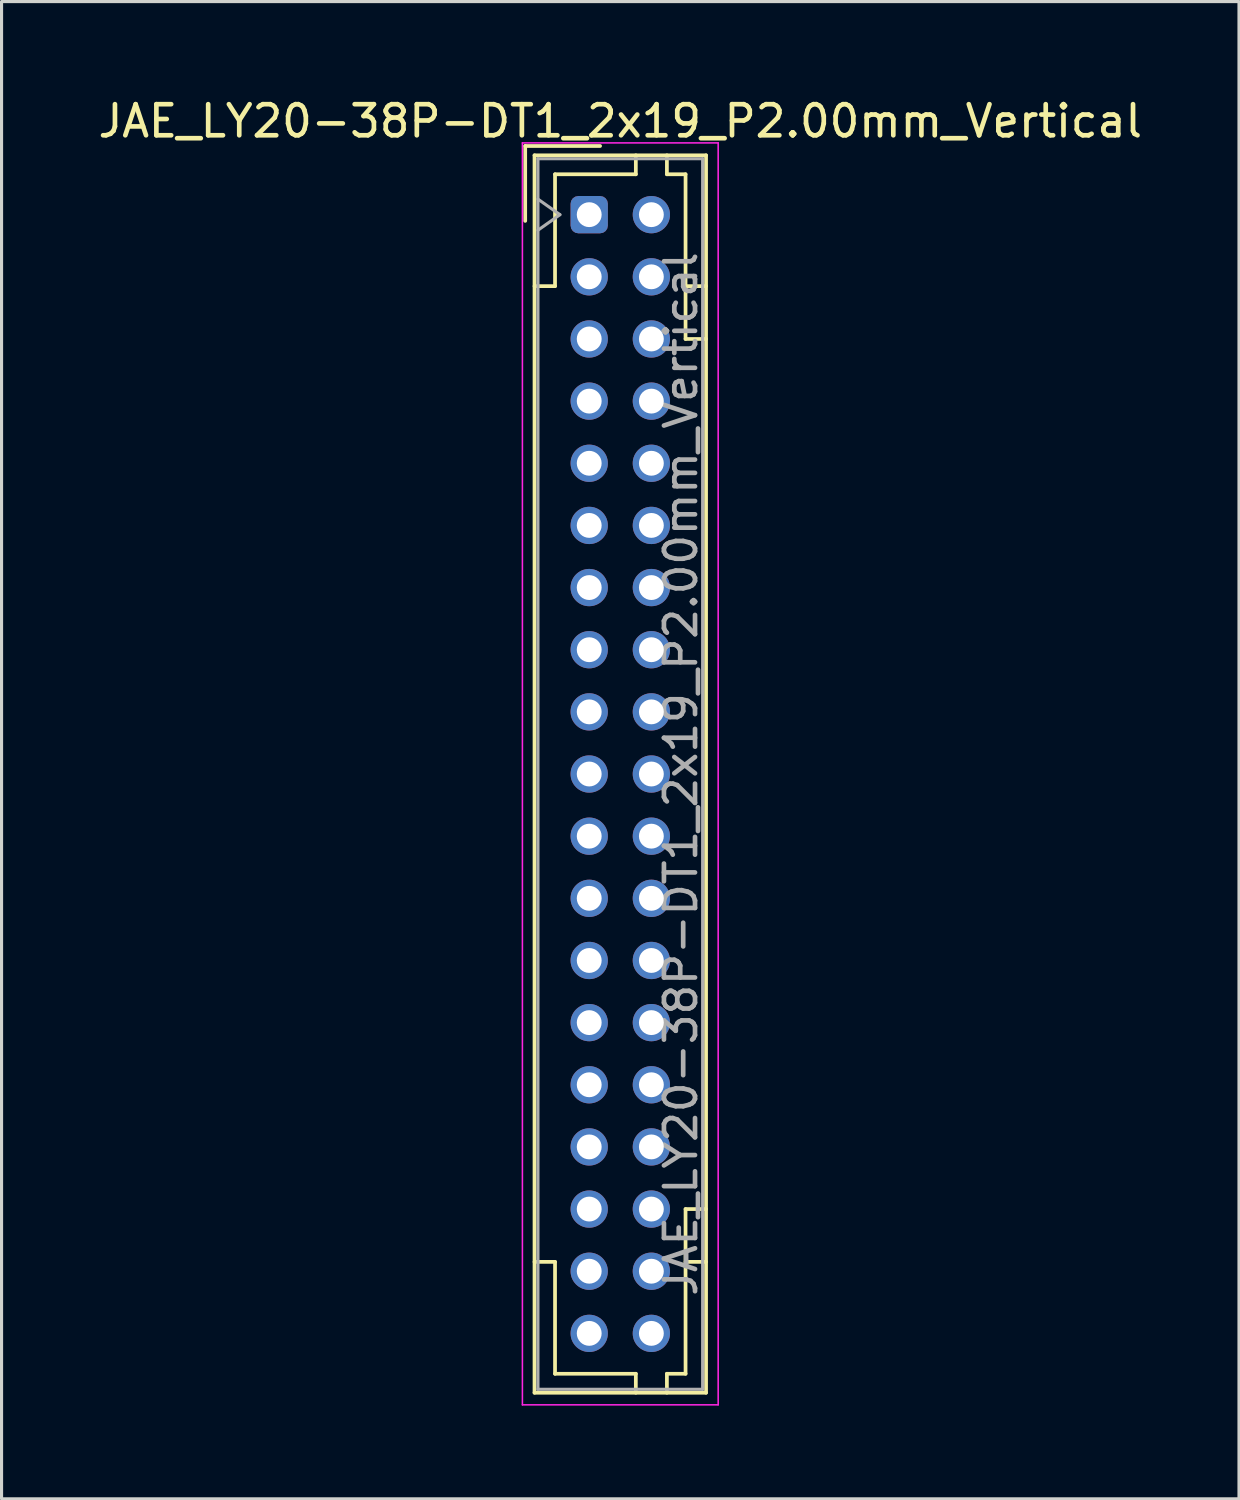
<source format=kicad_pcb>
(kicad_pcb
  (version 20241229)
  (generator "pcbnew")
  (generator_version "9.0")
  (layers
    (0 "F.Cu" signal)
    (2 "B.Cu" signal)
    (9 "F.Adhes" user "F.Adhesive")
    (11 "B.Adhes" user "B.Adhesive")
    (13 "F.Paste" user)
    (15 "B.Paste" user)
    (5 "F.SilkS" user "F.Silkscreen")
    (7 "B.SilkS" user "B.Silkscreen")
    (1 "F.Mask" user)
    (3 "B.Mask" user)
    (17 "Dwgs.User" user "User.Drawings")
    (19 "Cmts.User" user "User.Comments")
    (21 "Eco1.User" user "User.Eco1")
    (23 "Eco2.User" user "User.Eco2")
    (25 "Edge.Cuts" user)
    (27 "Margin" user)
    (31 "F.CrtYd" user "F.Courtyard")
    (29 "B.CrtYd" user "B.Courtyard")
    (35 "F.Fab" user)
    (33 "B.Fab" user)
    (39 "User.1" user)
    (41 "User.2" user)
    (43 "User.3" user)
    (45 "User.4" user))
  (footprint "JAE_LY20-38P-DT1_2x19_P2.00mm_Vertical"
    (layer "F.Cu")
    (at 15.911 3.858)
    (property "Reference" "JAE_LY20-38P-DT1_2x19_P2.00mm_Vertical" (at 1 -3.01 0) (layer "F.SilkS") (effects (font (size 1 1) (thickness 0.15))))
    (attr through_hole)
    (fp_line (start -2.06 -2.21) (end -2.06 0.2) (stroke (width 0.12) (type solid)) (layer "F.SilkS"))
    (fp_line (start -1.76 -1.91) (end -1.76 37.91) (stroke (width 0.12) (type solid)) (layer "F.SilkS"))
    (fp_line (start -1.76 37.91) (end 3.76 37.91) (stroke (width 0.12) (type solid)) (layer "F.SilkS"))
    (fp_line (start -1.1 -1.3) (end -1.1 2.3) (stroke (width 0.12) (type solid)) (layer "F.SilkS"))
    (fp_line (start -1.1 2.3) (end -1.76 2.3) (stroke (width 0.12) (type solid)) (layer "F.SilkS"))
    (fp_line (start -1.1 33.7) (end -1.76 33.7) (stroke (width 0.12) (type solid)) (layer "F.SilkS"))
    (fp_line (start -1.1 37.3) (end -1.1 33.7) (stroke (width 0.12) (type solid)) (layer "F.SilkS"))
    (fp_line (start 0.35 -2.21) (end -2.06 -2.21) (stroke (width 0.12) (type solid)) (layer "F.SilkS"))
    (fp_line (start 1.5 -1.91) (end 1.5 -1.3) (stroke (width 0.12) (type solid)) (layer "F.SilkS"))
    (fp_line (start 1.5 -1.3) (end -1.1 -1.3) (stroke (width 0.12) (type solid)) (layer "F.SilkS"))
    (fp_line (start 1.5 37.3) (end -1.1 37.3) (stroke (width 0.12) (type solid)) (layer "F.SilkS"))
    (fp_line (start 1.5 37.91) (end 1.5 37.3) (stroke (width 0.12) (type solid)) (layer "F.SilkS"))
    (fp_line (start 2.5 -1.91) (end 2.5 -1.3) (stroke (width 0.12) (type solid)) (layer "F.SilkS"))
    (fp_line (start 2.5 -1.3) (end 3.1 -1.3) (stroke (width 0.12) (type solid)) (layer "F.SilkS"))
    (fp_line (start 2.5 37.3) (end 3.1 37.3) (stroke (width 0.12) (type solid)) (layer "F.SilkS"))
    (fp_line (start 2.5 37.91) (end 2.5 37.3) (stroke (width 0.12) (type solid)) (layer "F.SilkS"))
    (fp_line (start 3.1 -1.3) (end 3.1 4) (stroke (width 0.12) (type solid)) (layer "F.SilkS"))
    (fp_line (start 3.1 4) (end 3.76 4) (stroke (width 0.12) (type solid)) (layer "F.SilkS"))
    (fp_line (start 3.1 32) (end 3.76 32) (stroke (width 0.12) (type solid)) (layer "F.SilkS"))
    (fp_line (start 3.1 37.3) (end 3.1 32) (stroke (width 0.12) (type solid)) (layer "F.SilkS"))
    (fp_line (start 3.76 -1.91) (end -1.76 -1.91) (stroke (width 0.12) (type solid)) (layer "F.SilkS"))
    (fp_line (start 3.76 2.3) (end 3.1 2.3) (stroke (width 0.12) (type solid)) (layer "F.SilkS"))
    (fp_line (start 3.76 33.7) (end 3.1 33.7) (stroke (width 0.12) (type solid)) (layer "F.SilkS"))
    (fp_line (start 3.76 37.91) (end 3.76 -1.91) (stroke (width 0.12) (type solid)) (layer "F.SilkS"))
    (fp_line (start -2.15 -2.31) (end -2.15 38.3) (stroke (width 0.05) (type solid)) (layer "F.CrtYd"))
    (fp_line (start -2.15 38.3) (end 4.15 38.3) (stroke (width 0.05) (type solid)) (layer "F.CrtYd"))
    (fp_line (start 4.15 -2.31) (end -2.15 -2.31) (stroke (width 0.05) (type solid)) (layer "F.CrtYd"))
    (fp_line (start 4.15 38.3) (end 4.15 -2.31) (stroke (width 0.05) (type solid)) (layer "F.CrtYd"))
    (fp_line (start -1.65 -1.8) (end -1.65 37.8) (stroke (width 0.1) (type solid)) (layer "F.Fab"))
    (fp_line (start -1.65 0.5) (end -0.943 0) (stroke (width 0.1) (type solid)) (layer "F.Fab"))
    (fp_line (start -1.65 37.8) (end 3.65 37.8) (stroke (width 0.1) (type solid)) (layer "F.Fab"))
    (fp_line (start -0.943 0) (end -1.65 -0.5) (stroke (width 0.1) (type solid)) (layer "F.Fab"))
    (fp_line (start 3.65 -1.8) (end -1.65 -1.8) (stroke (width 0.1) (type solid)) (layer "F.Fab"))
    (fp_line (start 3.65 37.8) (end 3.65 -1.8) (stroke (width 0.1) (type solid)) (layer "F.Fab"))
    (fp_text user "${REFERENCE}" (at 2.95 18 90) (layer "F.Fab") (effects (font (size 1 1) (thickness 0.15))))
    (pad "a1" thru_hole roundrect (at 0 0) (size 1.2 1.2) (drill 0.8) (layers "*.Cu" "*.Mask") (roundrect_rratio 0.208))
    (pad "a2" thru_hole circle (at 0 2) (size 1.2 1.2) (drill 0.8) (layers "*.Cu" "*.Mask"))
    (pad "a3" thru_hole circle (at 0 4) (size 1.2 1.2) (drill 0.8) (layers "*.Cu" "*.Mask"))
    (pad "a4" thru_hole circle (at 0 6) (size 1.2 1.2) (drill 0.8) (layers "*.Cu" "*.Mask"))
    (pad "a5" thru_hole circle (at 0 8) (size 1.2 1.2) (drill 0.8) (layers "*.Cu" "*.Mask"))
    (pad "a6" thru_hole circle (at 0 10) (size 1.2 1.2) (drill 0.8) (layers "*.Cu" "*.Mask"))
    (pad "a7" thru_hole circle (at 0 12) (size 1.2 1.2) (drill 0.8) (layers "*.Cu" "*.Mask"))
    (pad "a8" thru_hole circle (at 0 14) (size 1.2 1.2) (drill 0.8) (layers "*.Cu" "*.Mask"))
    (pad "a9" thru_hole circle (at 0 16) (size 1.2 1.2) (drill 0.8) (layers "*.Cu" "*.Mask"))
    (pad "a10" thru_hole circle (at 0 18) (size 1.2 1.2) (drill 0.8) (layers "*.Cu" "*.Mask"))
    (pad "a11" thru_hole circle (at 0 20) (size 1.2 1.2) (drill 0.8) (layers "*.Cu" "*.Mask"))
    (pad "a12" thru_hole circle (at 0 22) (size 1.2 1.2) (drill 0.8) (layers "*.Cu" "*.Mask"))
    (pad "a13" thru_hole circle (at 0 24) (size 1.2 1.2) (drill 0.8) (layers "*.Cu" "*.Mask"))
    (pad "a14" thru_hole circle (at 0 26) (size 1.2 1.2) (drill 0.8) (layers "*.Cu" "*.Mask"))
    (pad "a15" thru_hole circle (at 0 28) (size 1.2 1.2) (drill 0.8) (layers "*.Cu" "*.Mask"))
    (pad "a16" thru_hole circle (at 0 30) (size 1.2 1.2) (drill 0.8) (layers "*.Cu" "*.Mask"))
    (pad "a17" thru_hole circle (at 0 32) (size 1.2 1.2) (drill 0.8) (layers "*.Cu" "*.Mask"))
    (pad "a18" thru_hole circle (at 0 34) (size 1.2 1.2) (drill 0.8) (layers "*.Cu" "*.Mask"))
    (pad "a19" thru_hole circle (at 0 36) (size 1.2 1.2) (drill 0.8) (layers "*.Cu" "*.Mask"))
    (pad "b1" thru_hole circle (at 2 0) (size 1.2 1.2) (drill 0.8) (layers "*.Cu" "*.Mask"))
    (pad "b2" thru_hole circle (at 2 2) (size 1.2 1.2) (drill 0.8) (layers "*.Cu" "*.Mask"))
    (pad "b3" thru_hole circle (at 2 4) (size 1.2 1.2) (drill 0.8) (layers "*.Cu" "*.Mask"))
    (pad "b4" thru_hole circle (at 2 6) (size 1.2 1.2) (drill 0.8) (layers "*.Cu" "*.Mask"))
    (pad "b5" thru_hole circle (at 2 8) (size 1.2 1.2) (drill 0.8) (layers "*.Cu" "*.Mask"))
    (pad "b6" thru_hole circle (at 2 10) (size 1.2 1.2) (drill 0.8) (layers "*.Cu" "*.Mask"))
    (pad "b7" thru_hole circle (at 2 12) (size 1.2 1.2) (drill 0.8) (layers "*.Cu" "*.Mask"))
    (pad "b8" thru_hole circle (at 2 14) (size 1.2 1.2) (drill 0.8) (layers "*.Cu" "*.Mask"))
    (pad "b9" thru_hole circle (at 2 16) (size 1.2 1.2) (drill 0.8) (layers "*.Cu" "*.Mask"))
    (pad "b10" thru_hole circle (at 2 18) (size 1.2 1.2) (drill 0.8) (layers "*.Cu" "*.Mask"))
    (pad "b11" thru_hole circle (at 2 20) (size 1.2 1.2) (drill 0.8) (layers "*.Cu" "*.Mask"))
    (pad "b12" thru_hole circle (at 2 22) (size 1.2 1.2) (drill 0.8) (layers "*.Cu" "*.Mask"))
    (pad "b13" thru_hole circle (at 2 24) (size 1.2 1.2) (drill 0.8) (layers "*.Cu" "*.Mask"))
    (pad "b14" thru_hole circle (at 2 26) (size 1.2 1.2) (drill 0.8) (layers "*.Cu" "*.Mask"))
    (pad "b15" thru_hole circle (at 2 28) (size 1.2 1.2) (drill 0.8) (layers "*.Cu" "*.Mask"))
    (pad "b16" thru_hole circle (at 2 30) (size 1.2 1.2) (drill 0.8) (layers "*.Cu" "*.Mask"))
    (pad "b17" thru_hole circle (at 2 32) (size 1.2 1.2) (drill 0.8) (layers "*.Cu" "*.Mask"))
    (pad "b18" thru_hole circle (at 2 34) (size 1.2 1.2) (drill 0.8) (layers "*.Cu" "*.Mask"))
    (pad "b19" thru_hole circle (at 2 36) (size 1.2 1.2) (drill 0.8) (layers "*.Cu" "*.Mask")))
  (gr_rect
    (start -3 -3)
    (end 36.821 45.183)
    (stroke (width 0.1) (type default))
    (fill no)
    (layer "Edge.Cuts")))
</source>
